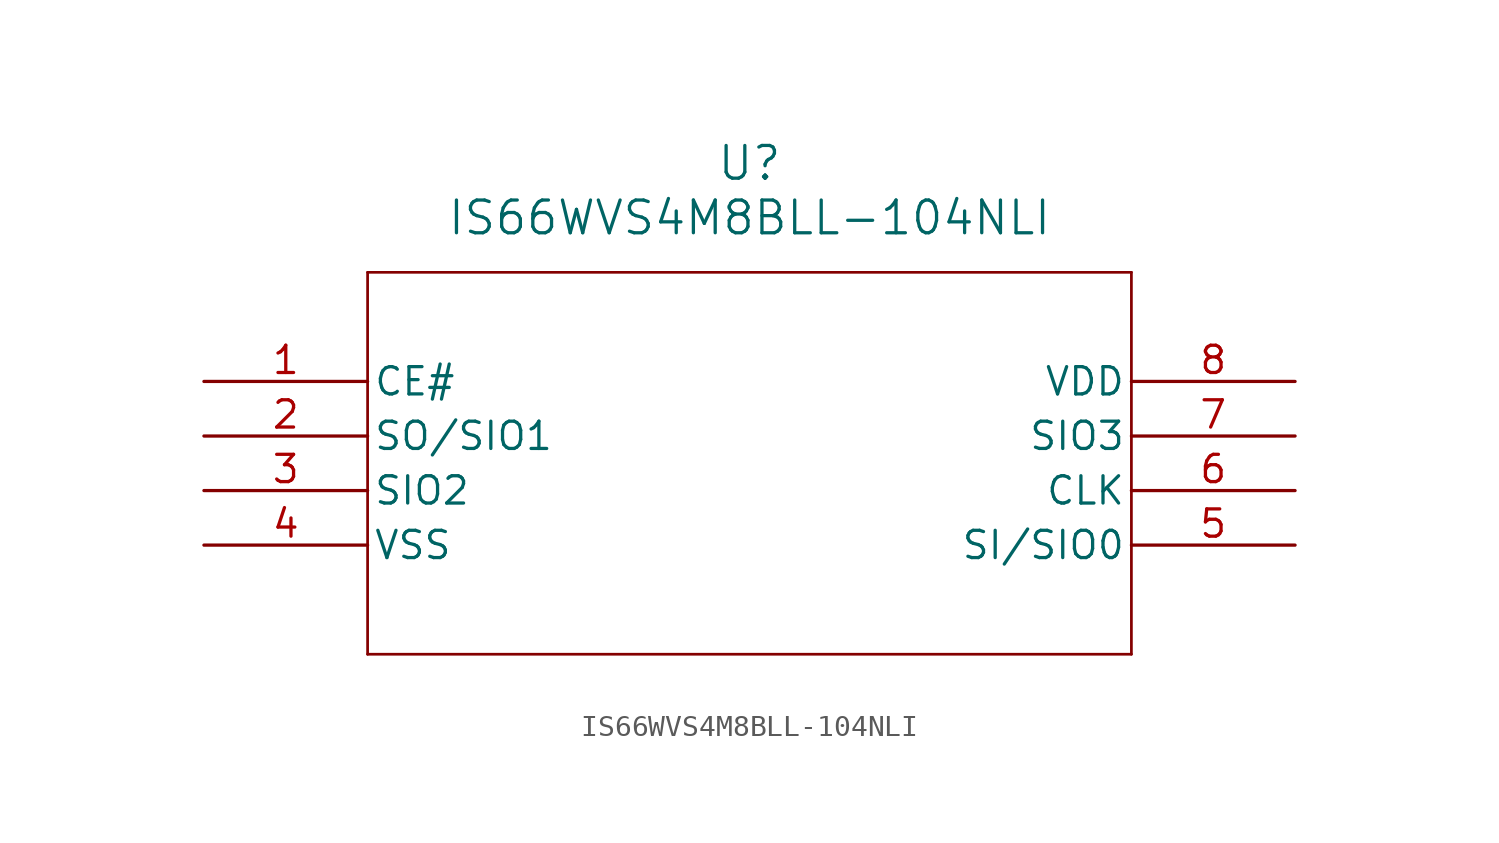
<source format=kicad_sym>
(kicad_symbol_lib
  (version 20211014)
  (generator kicad_symbol_editor)
  (symbol "IS66WVS4M8BLL-104NLI"
    (pin_names
      (offset 0.254))
    (property "Reference" "U"
      (at 25.4 10.16 0)
      (effects (font (size 1.524 1.524))))
    (property "Value" "IS66WVS4M8BLL-104NLI"
      (at 25.4 7.62 0)
      (effects (font (size 1.524 1.524))))
    (symbol "IS66WVS4M8BLL-104NLI_0_1"
      (polyline (pts (xy 7.62 5.08) (xy 7.62 -12.7)) (stroke (width 0.127) (type default) (color 0 0 0 0)) (fill (type none)))
      (polyline (pts (xy 7.62 -12.7) (xy 43.18 -12.7)) (stroke (width 0.127) (type default) (color 0 0 0 0)) (fill (type none)))
      (polyline (pts (xy 43.18 -12.7) (xy 43.18 5.08)) (stroke (width 0.127) (type default) (color 0 0 0 0)) (fill (type none)))
      (polyline (pts (xy 43.18 5.08) (xy 7.62 5.08)) (stroke (width 0.127) (type default) (color 0 0 0 0)) (fill (type none)))
      (pin input line (at 0 0 0) (length 7.62) (name "CE#" (effects (font (size 1.27 1.27)))) (number "1" (effects (font (size 1.27 1.27)))))
      (pin bidirectional line (at 0 -2.54 0) (length 7.62) (name "SO/SIO1" (effects (font (size 1.27 1.27)))) (number "2" (effects (font (size 1.27 1.27)))))
      (pin bidirectional line (at 0 -5.08 0) (length 7.62) (name "SIO2" (effects (font (size 1.27 1.27)))) (number "3" (effects (font (size 1.27 1.27)))))
      (pin power_out line (at 0 -7.62 0) (length 7.62) (name "VSS" (effects (font (size 1.27 1.27)))) (number "4" (effects (font (size 1.27 1.27)))))
      (pin bidirectional line (at 50.8 -7.62 180) (length 7.62) (name "SI/SIO0" (effects (font (size 1.27 1.27)))) (number "5" (effects (font (size 1.27 1.27)))))
      (pin input line (at 50.8 -5.08 180) (length 7.62) (name "CLK" (effects (font (size 1.27 1.27)))) (number "6" (effects (font (size 1.27 1.27)))))
      (pin bidirectional line (at 50.8 -2.54 180) (length 7.62) (name "SIO3" (effects (font (size 1.27 1.27)))) (number "7" (effects (font (size 1.27 1.27)))))
      (pin power_in line (at 50.8 0 180) (length 7.62) (name "VDD" (effects (font (size 1.27 1.27)))) (number "8" (effects (font (size 1.27 1.27))))))))
</source>
